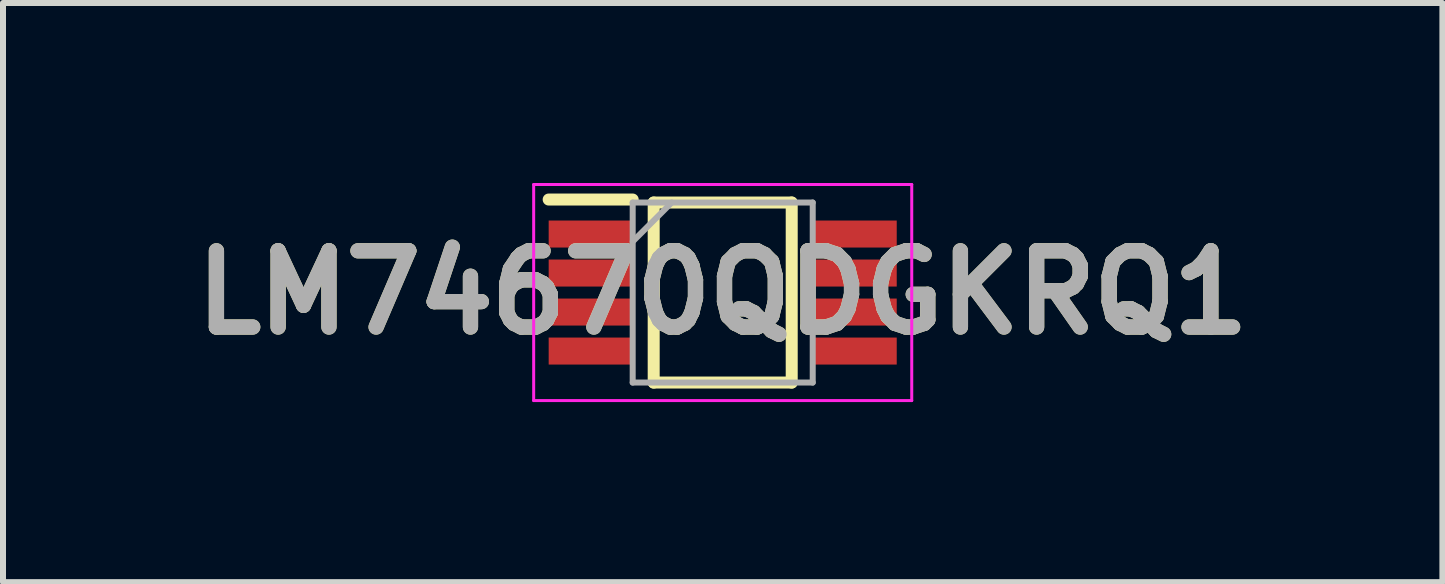
<source format=kicad_pcb>
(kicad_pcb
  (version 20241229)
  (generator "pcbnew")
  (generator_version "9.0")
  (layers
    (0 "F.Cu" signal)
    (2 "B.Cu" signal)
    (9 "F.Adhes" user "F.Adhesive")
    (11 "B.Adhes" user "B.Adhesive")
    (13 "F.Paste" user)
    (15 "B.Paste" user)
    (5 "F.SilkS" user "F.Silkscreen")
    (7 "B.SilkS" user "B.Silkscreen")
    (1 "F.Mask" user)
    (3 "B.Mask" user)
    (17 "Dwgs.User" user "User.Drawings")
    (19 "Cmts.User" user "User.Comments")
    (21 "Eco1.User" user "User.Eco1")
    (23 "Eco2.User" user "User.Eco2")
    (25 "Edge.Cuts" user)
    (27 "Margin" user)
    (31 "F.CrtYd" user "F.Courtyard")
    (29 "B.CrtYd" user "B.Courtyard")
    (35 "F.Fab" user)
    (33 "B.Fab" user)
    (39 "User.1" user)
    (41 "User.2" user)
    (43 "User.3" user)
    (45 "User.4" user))
  (footprint "LM74670QDGKRQ1"
    (layer "F.Cu")
    (at 8.993 1.825)
    (property "Reference" "LM74670QDGKRQ1" (at 0 0 0) (layer "F.SilkS") (effects (font (size 1.27 1.27) (thickness 0.254))))
    (attr smd)
    (fp_line (start -2.9 -1.55) (end -1.5 -1.55) (stroke (width 0.2) (type solid)) (layer "F.SilkS"))
    (fp_line (start -1.15 -1.5) (end 1.15 -1.5) (stroke (width 0.2) (type solid)) (layer "F.SilkS"))
    (fp_line (start -1.15 1.5) (end -1.15 -1.5) (stroke (width 0.2) (type solid)) (layer "F.SilkS"))
    (fp_line (start 1.15 -1.5) (end 1.15 1.5) (stroke (width 0.2) (type solid)) (layer "F.SilkS"))
    (fp_line (start 1.15 1.5) (end -1.15 1.5) (stroke (width 0.2) (type solid)) (layer "F.SilkS"))
    (fp_line (start -3.15 -1.8) (end 3.15 -1.8) (stroke (width 0.05) (type solid)) (layer "F.CrtYd"))
    (fp_line (start -3.15 1.8) (end -3.15 -1.8) (stroke (width 0.05) (type solid)) (layer "F.CrtYd"))
    (fp_line (start 3.15 -1.8) (end 3.15 1.8) (stroke (width 0.05) (type solid)) (layer "F.CrtYd"))
    (fp_line (start 3.15 1.8) (end -3.15 1.8) (stroke (width 0.05) (type solid)) (layer "F.CrtYd"))
    (fp_line (start -1.5 -1.5) (end 1.5 -1.5) (stroke (width 0.1) (type solid)) (layer "F.Fab"))
    (fp_line (start -1.5 -0.85) (end -0.85 -1.5) (stroke (width 0.1) (type solid)) (layer "F.Fab"))
    (fp_line (start -1.5 1.5) (end -1.5 -1.5) (stroke (width 0.1) (type solid)) (layer "F.Fab"))
    (fp_line (start 1.5 -1.5) (end 1.5 1.5) (stroke (width 0.1) (type solid)) (layer "F.Fab"))
    (fp_line (start 1.5 1.5) (end -1.5 1.5) (stroke (width 0.1) (type solid)) (layer "F.Fab"))
    (fp_text user "${REFERENCE}" (at 0 0 0) (layer "F.Fab") (effects (font (size 1.27 1.27) (thickness 0.254))))
    (pad "1" smd rect (at -2.2 -0.975 90) (size 0.45 1.4) (layers "F.Cu" "F.Mask" "F.Paste"))
    (pad "2" smd rect (at -2.2 -0.325 90) (size 0.45 1.4) (layers "F.Cu" "F.Mask" "F.Paste"))
    (pad "3" smd rect (at -2.2 0.325 90) (size 0.45 1.4) (layers "F.Cu" "F.Mask" "F.Paste"))
    (pad "4" smd rect (at -2.2 0.975 90) (size 0.45 1.4) (layers "F.Cu" "F.Mask" "F.Paste"))
    (pad "5" smd rect (at 2.2 0.975 90) (size 0.45 1.4) (layers "F.Cu" "F.Mask" "F.Paste"))
    (pad "6" smd rect (at 2.2 0.325 90) (size 0.45 1.4) (layers "F.Cu" "F.Mask" "F.Paste"))
    (pad "7" smd rect (at 2.2 -0.325 90) (size 0.45 1.4) (layers "F.Cu" "F.Mask" "F.Paste"))
    (pad "8" smd rect (at 2.2 -0.975 90) (size 0.45 1.4) (layers "F.Cu" "F.Mask" "F.Paste")))
  (gr_rect
    (start -3 -3)
    (end 20.986 6.65)
    (stroke (width 0.1) (type default))
    (fill no)
    (layer "Edge.Cuts")))
</source>
